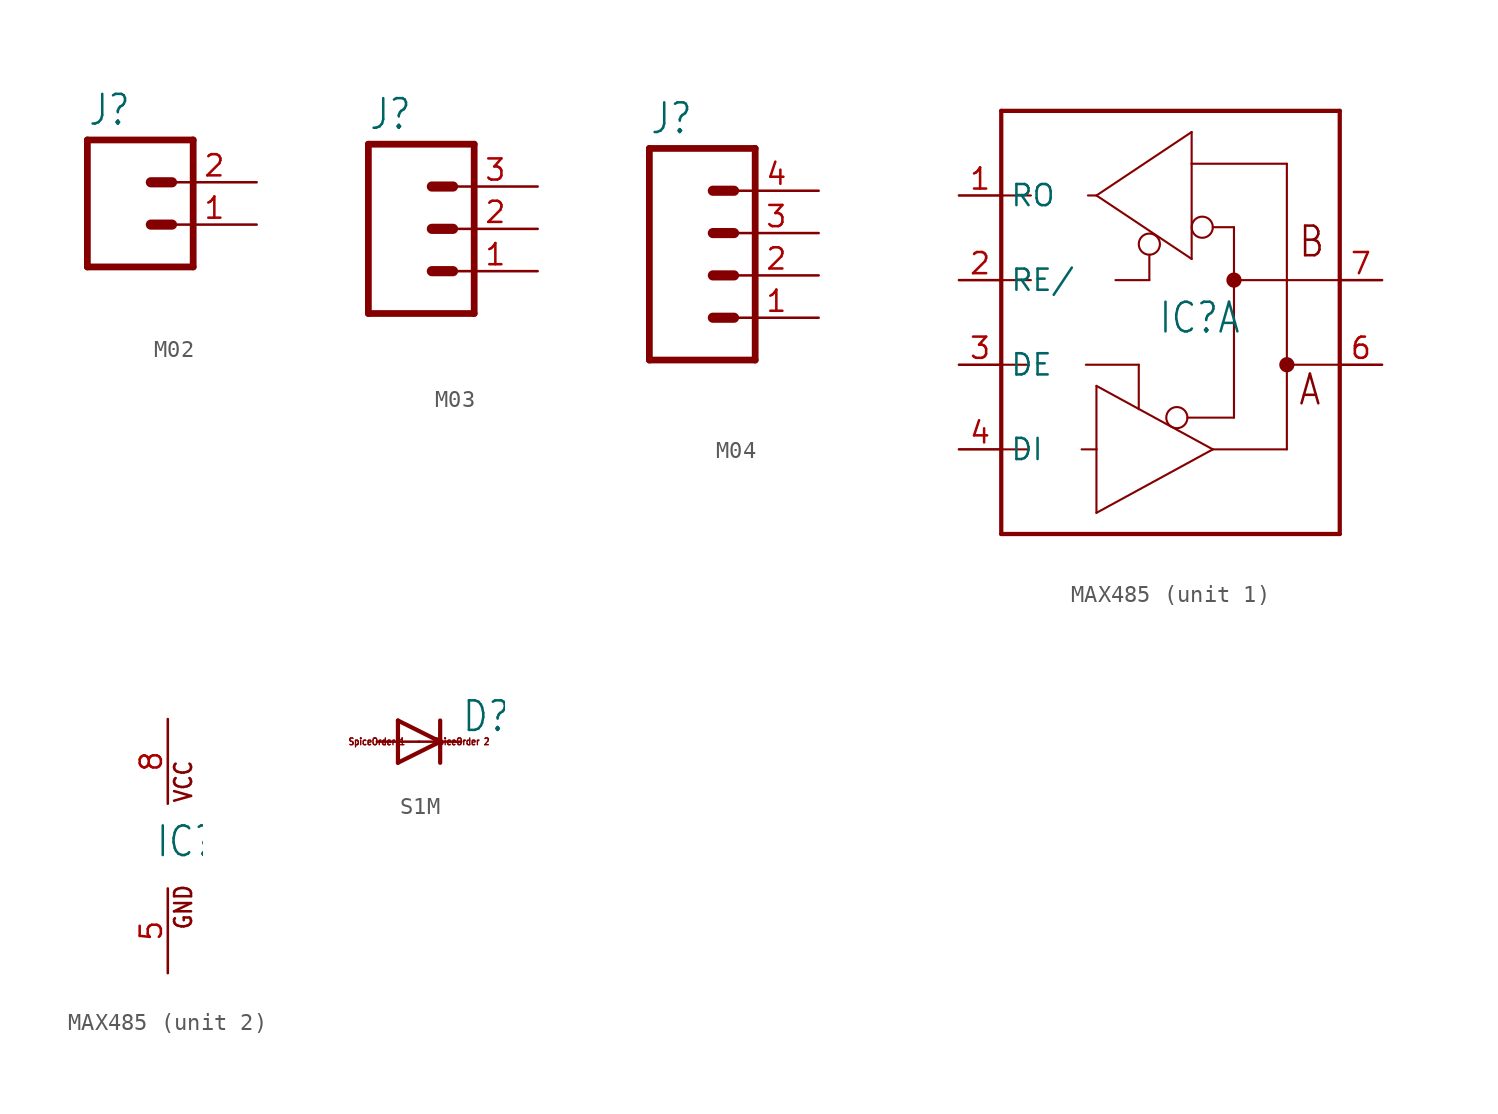
<source format=kicad_sym>
(kicad_symbol_lib
  (version 20220914)
  (generator kicad_symbol_editor)
  (symbol "M02"
    (property "Reference" "J"
      (at -2.54 5.842 0)
      (effects (font (size 1.778 1.511)) (justify left bottom)))
    (property "Value" ""
      (at -2.54 -5.08 0)
      (effects (font (size 1.778 1.511)) (justify left bottom)))
    (property "ki_locked" ""
      (at 0 0 0)
      (effects (font (size 1.27 1.27))))
    (symbol "M02_1_0"
      (polyline (pts (xy -2.54 5.08) (xy -2.54 -2.54)) (stroke (width 0.406) (type solid)) (fill (type none)))
      (polyline (pts (xy -2.54 5.08) (xy 3.81 5.08)) (stroke (width 0.406) (type solid)) (fill (type none)))
      (polyline (pts (xy 1.27 0) (xy 2.54 0)) (stroke (width 0.61) (type solid)) (fill (type none)))
      (polyline (pts (xy 1.27 2.54) (xy 2.54 2.54)) (stroke (width 0.61) (type solid)) (fill (type none)))
      (polyline (pts (xy 3.81 -2.54) (xy -2.54 -2.54)) (stroke (width 0.406) (type solid)) (fill (type none)))
      (polyline (pts (xy 3.81 -2.54) (xy 3.81 5.08)) (stroke (width 0.406) (type solid)) (fill (type none)))
      (pin passive line (at 7.62 0 180) (length 5.08) (name "1" (effects (font (size 0 0)))) (number "1" (effects (font (size 1.27 1.27)))))
      (pin passive line (at 7.62 2.54 180) (length 5.08) (name "2" (effects (font (size 0 0)))) (number "2" (effects (font (size 1.27 1.27)))))))
  (symbol "M03"
    (property "Reference" "J"
      (at -2.54 5.842 0)
      (effects (font (size 1.778 1.511)) (justify left bottom)))
    (property "Value" ""
      (at -2.54 -7.62 0)
      (effects (font (size 1.778 1.511)) (justify left bottom)))
    (property "ki_locked" ""
      (at 0 0 0)
      (effects (font (size 1.27 1.27))))
    (symbol "M03_1_0"
      (polyline (pts (xy -2.54 5.08) (xy -2.54 -5.08)) (stroke (width 0.406) (type solid)) (fill (type none)))
      (polyline (pts (xy -2.54 5.08) (xy 3.81 5.08)) (stroke (width 0.406) (type solid)) (fill (type none)))
      (polyline (pts (xy 1.27 -2.54) (xy 2.54 -2.54)) (stroke (width 0.61) (type solid)) (fill (type none)))
      (polyline (pts (xy 1.27 0) (xy 2.54 0)) (stroke (width 0.61) (type solid)) (fill (type none)))
      (polyline (pts (xy 1.27 2.54) (xy 2.54 2.54)) (stroke (width 0.61) (type solid)) (fill (type none)))
      (polyline (pts (xy 3.81 -5.08) (xy -2.54 -5.08)) (stroke (width 0.406) (type solid)) (fill (type none)))
      (polyline (pts (xy 3.81 -5.08) (xy 3.81 5.08)) (stroke (width 0.406) (type solid)) (fill (type none)))
      (pin passive line (at 7.62 -2.54 180) (length 5.08) (name "1" (effects (font (size 0 0)))) (number "1" (effects (font (size 1.27 1.27)))))
      (pin passive line (at 7.62 0 180) (length 5.08) (name "2" (effects (font (size 0 0)))) (number "2" (effects (font (size 1.27 1.27)))))
      (pin passive line (at 7.62 2.54 180) (length 5.08) (name "3" (effects (font (size 0 0)))) (number "3" (effects (font (size 1.27 1.27)))))))
  (symbol "M04"
    (property "Reference" "J"
      (at -2.54 5.842 0)
      (effects (font (size 1.778 1.511)) (justify left bottom)))
    (property "Value" ""
      (at -2.54 -10.16 0)
      (effects (font (size 1.778 1.511)) (justify left bottom)))
    (property "ki_locked" ""
      (at 0 0 0)
      (effects (font (size 1.27 1.27))))
    (symbol "M04_1_0"
      (polyline (pts (xy -2.54 5.08) (xy -2.54 -7.62)) (stroke (width 0.406) (type solid)) (fill (type none)))
      (polyline (pts (xy -2.54 5.08) (xy 3.81 5.08)) (stroke (width 0.406) (type solid)) (fill (type none)))
      (polyline (pts (xy 1.27 -5.08) (xy 2.54 -5.08)) (stroke (width 0.61) (type solid)) (fill (type none)))
      (polyline (pts (xy 1.27 -2.54) (xy 2.54 -2.54)) (stroke (width 0.61) (type solid)) (fill (type none)))
      (polyline (pts (xy 1.27 0) (xy 2.54 0)) (stroke (width 0.61) (type solid)) (fill (type none)))
      (polyline (pts (xy 1.27 2.54) (xy 2.54 2.54)) (stroke (width 0.61) (type solid)) (fill (type none)))
      (polyline (pts (xy 3.81 -7.62) (xy -2.54 -7.62)) (stroke (width 0.406) (type solid)) (fill (type none)))
      (polyline (pts (xy 3.81 -7.62) (xy 3.81 5.08)) (stroke (width 0.406) (type solid)) (fill (type none)))
      (pin passive line (at 7.62 -5.08 180) (length 5.08) (name "1" (effects (font (size 0 0)))) (number "1" (effects (font (size 1.27 1.27)))))
      (pin passive line (at 7.62 -2.54 180) (length 5.08) (name "2" (effects (font (size 0 0)))) (number "2" (effects (font (size 1.27 1.27)))))
      (pin passive line (at 7.62 0 180) (length 5.08) (name "3" (effects (font (size 0 0)))) (number "3" (effects (font (size 1.27 1.27)))))
      (pin passive line (at 7.62 2.54 180) (length 5.08) (name "4" (effects (font (size 0 0)))) (number "4" (effects (font (size 1.27 1.27)))))))
  (symbol "MAX485"
    (property "Reference" "IC"
      (at -0.762 -0.762 0)
      (effects (font (size 1.778 1.511)) (justify left bottom)))
    (property "ki_locked" ""
      (at 0 0 0)
      (effects (font (size 1.27 1.27))))
    (symbol "MAX485_1_0"
      (circle (center -1.27 4.699) (radius 0.635) (stroke (width 0.127) (type solid)) (fill (type none)))
      (polyline (pts (xy -10.16 -12.7) (xy -10.16 -7.62)) (stroke (width 0.254) (type solid)) (fill (type none)))
      (polyline (pts (xy -10.16 -7.62) (xy -10.16 -2.54)) (stroke (width 0.254) (type solid)) (fill (type none)))
      (polyline (pts (xy -10.16 -7.62) (xy -8.509 -7.62)) (stroke (width 0.127) (type solid)) (fill (type none)))
      (polyline (pts (xy -10.16 -2.54) (xy -10.16 2.54)) (stroke (width 0.254) (type solid)) (fill (type none)))
      (polyline (pts (xy -10.16 -2.54) (xy -8.509 -2.54)) (stroke (width 0.127) (type solid)) (fill (type none)))
      (polyline (pts (xy -10.16 2.54) (xy -10.16 7.62)) (stroke (width 0.254) (type solid)) (fill (type none)))
      (polyline (pts (xy -10.16 2.54) (xy -8.382 2.54)) (stroke (width 0.127) (type solid)) (fill (type none)))
      (polyline (pts (xy -10.16 7.62) (xy -10.16 12.7)) (stroke (width 0.254) (type solid)) (fill (type none)))
      (polyline (pts (xy -10.16 7.62) (xy -8.382 7.62)) (stroke (width 0.127) (type solid)) (fill (type none)))
      (polyline (pts (xy -10.16 12.7) (xy 10.16 12.7)) (stroke (width 0.254) (type solid)) (fill (type none)))
      (polyline (pts (xy -5.334 -7.62) (xy -4.445 -7.62)) (stroke (width 0.127) (type solid)) (fill (type none)))
      (polyline (pts (xy -5.08 -2.54) (xy -1.905 -2.54)) (stroke (width 0.127) (type solid)) (fill (type none)))
      (polyline (pts (xy -4.953 7.62) (xy -4.445 7.62)) (stroke (width 0.127) (type solid)) (fill (type none)))
      (polyline (pts (xy -4.445 -11.43) (xy -4.445 -7.62)) (stroke (width 0.127) (type solid)) (fill (type none)))
      (polyline (pts (xy -4.445 -7.62) (xy -4.445 -3.81)) (stroke (width 0.127) (type solid)) (fill (type none)))
      (polyline (pts (xy -4.445 -3.81) (xy 2.54 -7.62)) (stroke (width 0.127) (type solid)) (fill (type none)))
      (polyline (pts (xy -4.445 7.62) (xy 1.27 11.43)) (stroke (width 0.127) (type solid)) (fill (type none)))
      (polyline (pts (xy -3.302 2.54) (xy -1.27 2.54)) (stroke (width 0.127) (type solid)) (fill (type none)))
      (polyline (pts (xy -1.905 -2.54) (xy -1.905 -5.207)) (stroke (width 0.127) (type solid)) (fill (type none)))
      (polyline (pts (xy -1.27 2.54) (xy -1.27 4.064)) (stroke (width 0.127) (type solid)) (fill (type none)))
      (polyline (pts (xy 1.016 -5.715) (xy 3.81 -5.715)) (stroke (width 0.127) (type solid)) (fill (type none)))
      (polyline (pts (xy 1.27 3.81) (xy -4.445 7.62)) (stroke (width 0.127) (type solid)) (fill (type none)))
      (polyline (pts (xy 1.27 9.525) (xy 1.27 3.81)) (stroke (width 0.127) (type solid)) (fill (type none)))
      (polyline (pts (xy 1.27 9.525) (xy 6.985 9.525)) (stroke (width 0.127) (type solid)) (fill (type none)))
      (polyline (pts (xy 1.27 11.43) (xy 1.27 9.525)) (stroke (width 0.127) (type solid)) (fill (type none)))
      (polyline (pts (xy 2.54 -7.62) (xy -4.445 -11.43)) (stroke (width 0.127) (type solid)) (fill (type none)))
      (polyline (pts (xy 2.54 -7.62) (xy 6.985 -7.62)) (stroke (width 0.127) (type solid)) (fill (type none)))
      (polyline (pts (xy 3.81 -5.715) (xy 3.81 2.54)) (stroke (width 0.127) (type solid)) (fill (type none)))
      (polyline (pts (xy 3.81 2.54) (xy 3.81 5.715)) (stroke (width 0.127) (type solid)) (fill (type none)))
      (polyline (pts (xy 3.81 5.715) (xy 2.54 5.715)) (stroke (width 0.127) (type solid)) (fill (type none)))
      (polyline (pts (xy 6.985 -7.62) (xy 6.985 -2.54)) (stroke (width 0.127) (type solid)) (fill (type none)))
      (polyline (pts (xy 6.985 -2.54) (xy 6.985 9.525)) (stroke (width 0.127) (type solid)) (fill (type none)))
      (polyline (pts (xy 10.16 -12.7) (xy -10.16 -12.7)) (stroke (width 0.254) (type solid)) (fill (type none)))
      (polyline (pts (xy 10.16 -2.54) (xy 6.985 -2.54)) (stroke (width 0.127) (type solid)) (fill (type none)))
      (polyline (pts (xy 10.16 -2.54) (xy 10.16 -12.7)) (stroke (width 0.254) (type solid)) (fill (type none)))
      (polyline (pts (xy 10.16 2.54) (xy 3.81 2.54)) (stroke (width 0.127) (type solid)) (fill (type none)))
      (polyline (pts (xy 10.16 2.54) (xy 10.16 -2.54)) (stroke (width 0.254) (type solid)) (fill (type none)))
      (polyline (pts (xy 10.16 12.7) (xy 10.16 2.54)) (stroke (width 0.254) (type solid)) (fill (type none)))
      (circle (center 0.381 -5.715) (radius 0.635) (stroke (width 0.127) (type solid)) (fill (type none)))
      (circle (center 1.905 5.715) (radius 0.635) (stroke (width 0.127) (type solid)) (fill (type none)))
      (circle (center 3.81 2.54) (radius 0.254) (stroke (width 0.406) (type solid)) (fill (type none)))
      (circle (center 6.985 -2.54) (radius 0.254) (stroke (width 0.406) (type solid)) (fill (type none)))
      (text "A" (at 7.62 -5.08 0) (effects (font (size 1.778 1.511)) (justify left bottom)))
      (text "B" (at 7.62 3.81 0) (effects (font (size 1.778 1.511)) (justify left bottom)))
      (pin output line (at -12.7 7.62 0) (length 2.54) (name "RO" (effects (font (size 1.27 1.27)))) (number "1" (effects (font (size 1.27 1.27)))))
      (pin input line (at -12.7 2.54 0) (length 2.54) (name "RE/" (effects (font (size 1.27 1.27)))) (number "2" (effects (font (size 1.27 1.27)))))
      (pin input line (at -12.7 -2.54 0) (length 2.54) (name "DE" (effects (font (size 1.27 1.27)))) (number "3" (effects (font (size 1.27 1.27)))))
      (pin input line (at -12.7 -7.62 0) (length 2.54) (name "DI" (effects (font (size 1.27 1.27)))) (number "4" (effects (font (size 1.27 1.27)))))
      (pin passive line (at 12.7 -2.54 180) (length 2.54) (name "A" (effects (font (size 0 0)))) (number "6" (effects (font (size 1.27 1.27)))))
      (pin passive line (at 12.7 2.54 180) (length 2.54) (name "B" (effects (font (size 0 0)))) (number "7" (effects (font (size 1.27 1.27))))))
    (symbol "MAX485_2_0"
      (text "GND" (at 1.524 -5.08 900) (effects (font (size 1.016 0.864)) (justify left bottom)))
      (text "VCC" (at 1.524 2.54 900) (effects (font (size 1.016 0.864)) (justify left bottom)))
      (pin power_in line (at 0 -7.62 90) (length 5.08) (name "GND" (effects (font (size 0 0)))) (number "5" (effects (font (size 1.27 1.27)))))
      (pin power_in line (at 0 7.62 270) (length 5.08) (name "VCC" (effects (font (size 0 0)))) (number "8" (effects (font (size 1.27 1.27)))))))
  (symbol "S1M"
    (property "Reference" "D"
      (at 2.54 0.483 0)
      (effects (font (size 1.778 1.511)) (justify left bottom)))
    (property "Value" ""
      (at 2.54 -2.311 0)
      (effects (font (size 1.778 1.511)) (justify left bottom)))
    (property "ki_locked" ""
      (at 0 0 0)
      (effects (font (size 1.27 1.27))))
    (symbol "S1M_1_0"
      (polyline (pts (xy -1.27 -1.27) (xy 1.27 0)) (stroke (width 0.254) (type solid)) (fill (type none)))
      (polyline (pts (xy -1.27 1.27) (xy -1.27 -1.27)) (stroke (width 0.254) (type solid)) (fill (type none)))
      (polyline (pts (xy 1.27 0) (xy -1.27 1.27)) (stroke (width 0.254) (type solid)) (fill (type none)))
      (polyline (pts (xy 1.27 0) (xy 1.27 -1.27)) (stroke (width 0.254) (type solid)) (fill (type none)))
      (polyline (pts (xy 1.27 1.27) (xy 1.27 0)) (stroke (width 0.254) (type solid)) (fill (type none)))
      (text "SpiceOrder 1" (at -2.54 0 0) (effects (font (size 0.406 0.345))))
      (text "SpiceOrder 2" (at 2.54 0 0) (effects (font (size 0.406 0.345))))
      (pin passive line (at -2.54 0 0) (length 2.54) (name "A" (effects (font (size 0 0)))) (number "A" (effects (font (size 0 0)))))
      (pin passive line (at 2.54 0 180) (length 2.54) (name "C" (effects (font (size 0 0)))) (number "C" (effects (font (size 0 0))))))))
</source>
